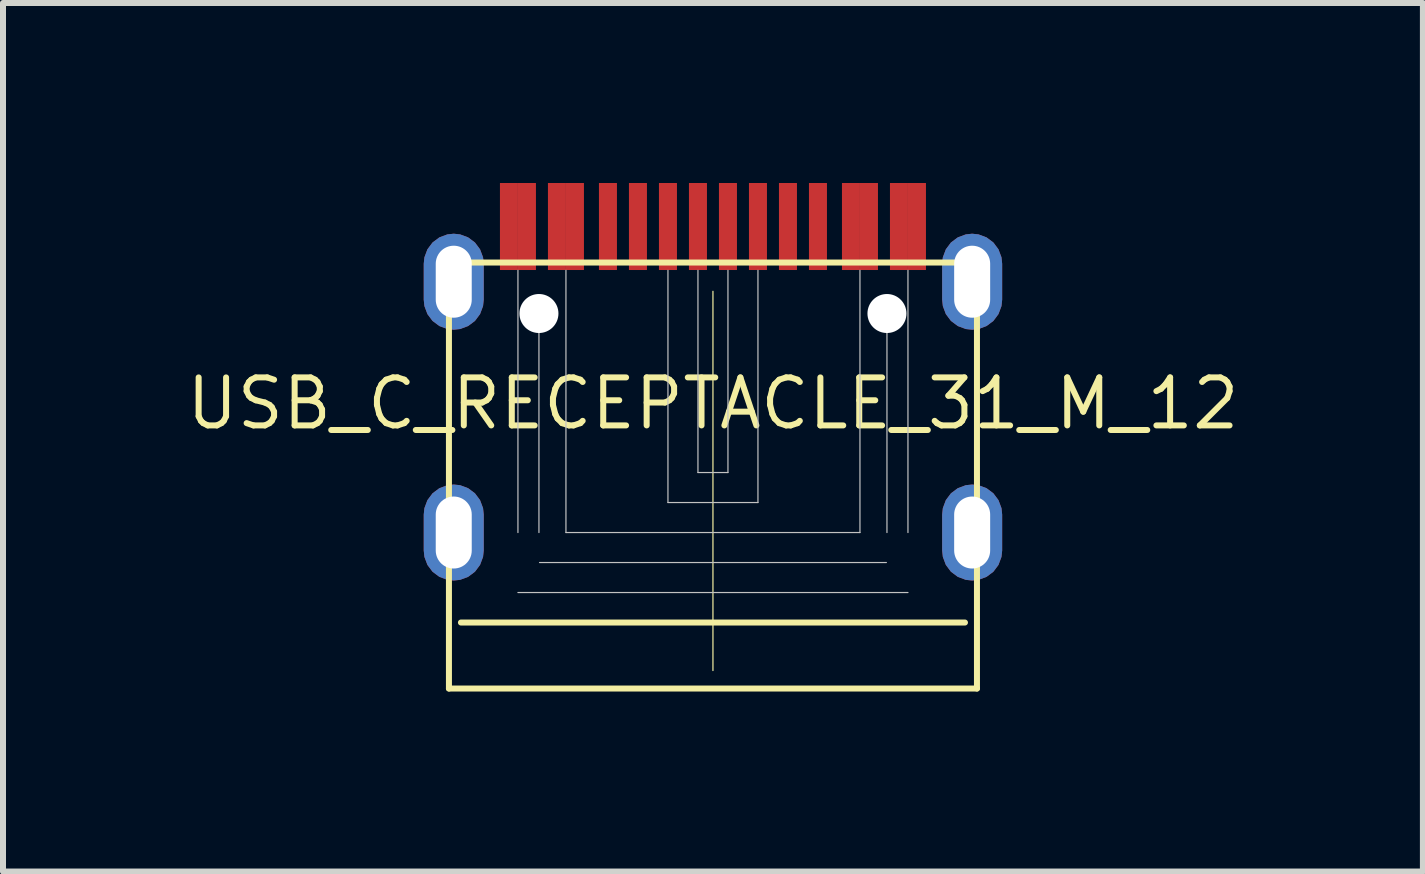
<source format=kicad_pcb>
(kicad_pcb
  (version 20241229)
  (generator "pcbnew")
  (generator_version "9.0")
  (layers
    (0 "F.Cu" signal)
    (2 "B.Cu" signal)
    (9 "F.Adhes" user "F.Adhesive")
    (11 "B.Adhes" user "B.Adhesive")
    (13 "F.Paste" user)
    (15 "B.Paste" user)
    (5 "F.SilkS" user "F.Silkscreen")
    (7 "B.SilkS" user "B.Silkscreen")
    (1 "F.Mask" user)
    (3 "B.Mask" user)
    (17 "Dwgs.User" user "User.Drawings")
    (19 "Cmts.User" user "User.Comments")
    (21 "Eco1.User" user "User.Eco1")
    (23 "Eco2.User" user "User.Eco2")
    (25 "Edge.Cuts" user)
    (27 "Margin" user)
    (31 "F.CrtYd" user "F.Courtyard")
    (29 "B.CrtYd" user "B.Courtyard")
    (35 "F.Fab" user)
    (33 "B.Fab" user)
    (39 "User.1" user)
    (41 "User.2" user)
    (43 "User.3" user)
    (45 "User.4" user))
  (footprint "USB_C_RECEPTACLE_31_M_12"
    (layer "F.Cu")
    (at 8.832 5.825)
    (property "Reference" "USB_C_RECEPTACLE_31_M_12" (at 0 -2.15 0) (layer "F.SilkS") (effects (font (size 0.8 0.8) (thickness 0.1))))
    (attr smd)
    (fp_line (start -4.4 -4.5) (end -4.4 2.6) (stroke (width 0.1) (type solid)) (layer "F.SilkS"))
    (fp_line (start -4.4 -4.5) (end 4.4 -4.5) (stroke (width 0.1) (type solid)) (layer "F.SilkS"))
    (fp_line (start 0 -4.02) (end 0 2.3) (stroke (width 0.02) (type solid)) (layer "F.SilkS"))
    (fp_line (start 4.2 1.5) (end -4.2 1.5) (stroke (width 0.1) (type solid)) (layer "F.SilkS"))
    (fp_line (start 4.4 -4.5) (end 4.4 2.6) (stroke (width 0.1) (type solid)) (layer "F.SilkS"))
    (fp_line (start 4.4 2.6) (end -4.4 2.6) (stroke (width 0.1) (type solid)) (layer "F.SilkS"))
    (fp_line (start -3.25 -4.37) (end -3.25 0) (stroke (width 0.02) (type solid)) (layer "Dwgs.User"))
    (fp_line (start -3.25 1) (end 3.25 1) (stroke (width 0.02) (type solid)) (layer "Dwgs.User"))
    (fp_line (start -2.9 -3.65) (end -2.9 0) (stroke (width 0.02) (type solid)) (layer "Dwgs.User"))
    (fp_line (start -2.89 0.5) (end 2.89 0.5) (stroke (width 0.02) (type solid)) (layer "Dwgs.User"))
    (fp_line (start -2.45 -4.37) (end -2.45 0) (stroke (width 0.02) (type solid)) (layer "Dwgs.User"))
    (fp_line (start -2.45 0) (end 2.45 0) (stroke (width 0.02) (type solid)) (layer "Dwgs.User"))
    (fp_line (start -0.75 -4.37) (end -0.75 -0.5) (stroke (width 0.02) (type solid)) (layer "Dwgs.User"))
    (fp_line (start -0.75 -0.5) (end 0.75 -0.5) (stroke (width 0.02) (type solid)) (layer "Dwgs.User"))
    (fp_line (start -0.25 -4.37) (end -0.25 -1) (stroke (width 0.02) (type solid)) (layer "Dwgs.User"))
    (fp_line (start -0.25 -1) (end 0.25 -1) (stroke (width 0.02) (type solid)) (layer "Dwgs.User"))
    (fp_line (start 0.25 -4.37) (end 0.25 -1) (stroke (width 0.02) (type solid)) (layer "Dwgs.User"))
    (fp_line (start 0.75 -4.37) (end 0.75 -0.5) (stroke (width 0.02) (type solid)) (layer "Dwgs.User"))
    (fp_line (start 2.45 -4.37) (end 2.45 0) (stroke (width 0.02) (type solid)) (layer "Dwgs.User"))
    (fp_line (start 2.9 -3.65) (end 2.9 0) (stroke (width 0.02) (type solid)) (layer "Dwgs.User"))
    (fp_line (start 3.25 -4.37) (end 3.25 0) (stroke (width 0.02) (type solid)) (layer "Dwgs.User"))
    (pad "" np_thru_hole circle (at -2.9 -3.65) (size 0.65 0.65) (drill 0.65) (layers "*.Cu" "*.Mask"))
    (pad "" np_thru_hole circle (at 2.9 -3.65) (size 0.65 0.65) (drill 0.65) (layers "*.Cu" "*.Mask"))
    (pad "A1" smd rect (at -3.4 -5.1) (size 0.3 1.45) (layers "F.Cu" "F.Mask" "F.Paste"))
    (pad "A4" smd rect (at -2.6 -5.1) (size 0.3 1.45) (layers "F.Cu" "F.Mask" "F.Paste"))
    (pad "A5" smd rect (at -1.25 -5.1) (size 0.3 1.45) (layers "F.Cu" "F.Mask" "F.Paste"))
    (pad "A6" smd rect (at -0.25 -5.1) (size 0.3 1.45) (layers "F.Cu" "F.Mask" "F.Paste"))
    (pad "A7" smd rect (at 0.25 -5.1) (size 0.3 1.45) (layers "F.Cu" "F.Mask" "F.Paste"))
    (pad "A8" smd rect (at 1.25 -5.1) (size 0.3 1.45) (layers "F.Cu" "F.Mask" "F.Paste"))
    (pad "A9" smd rect (at 2.6 -5.1) (size 0.3 1.45) (layers "F.Cu" "F.Mask" "F.Paste"))
    (pad "A12" smd rect (at 3.4 -5.1) (size 0.3 1.45) (layers "F.Cu" "F.Mask" "F.Paste"))
    (pad "B1" smd rect (at 3.1 -5.1) (size 0.3 1.45) (layers "F.Cu" "F.Mask" "F.Paste"))
    (pad "B4" smd rect (at 2.3 -5.1) (size 0.3 1.45) (layers "F.Cu" "F.Mask" "F.Paste"))
    (pad "B5" smd rect (at 1.75 -5.1) (size 0.3 1.45) (layers "F.Cu" "F.Mask" "F.Paste"))
    (pad "B6" smd rect (at 0.75 -5.1) (size 0.3 1.45) (layers "F.Cu" "F.Mask" "F.Paste"))
    (pad "B7" smd rect (at -0.75 -5.1) (size 0.3 1.45) (layers "F.Cu" "F.Mask" "F.Paste"))
    (pad "B8" smd rect (at -1.75 -5.1) (size 0.3 1.45) (layers "F.Cu" "F.Mask" "F.Paste"))
    (pad "B9" smd rect (at -2.3 -5.1) (size 0.3 1.45) (layers "F.Cu" "F.Mask" "F.Paste"))
    (pad "B12" smd rect (at -3.1 -5.1) (size 0.3 1.45) (layers "F.Cu" "F.Mask" "F.Paste"))
    (pad "S1" thru_hole roundrect (at -4.32 -4.18) (size 1 1.6) (drill oval 0.6 1.2) (layers "*.Cu" "*.Mask") (roundrect_rratio 0.5))
    (pad "S1" thru_hole roundrect (at -4.32 0) (size 1 1.6) (drill oval 0.6 1.2) (layers "*.Cu" "*.Mask") (roundrect_rratio 0.5))
    (pad "S1" thru_hole roundrect (at 4.32 -4.18) (size 1 1.6) (drill oval 0.6 1.2) (layers "*.Cu" "*.Mask") (roundrect_rratio 0.5))
    (pad "S1" thru_hole roundrect (at 4.32 0) (size 1 1.6) (drill oval 0.6 1.2) (layers "*.Cu" "*.Mask") (roundrect_rratio 0.5)))
  (gr_rect
    (start -3 -3)
    (end 20.664 11.475)
    (stroke (width 0.1) (type default))
    (fill no)
    (layer "Edge.Cuts")))
</source>
